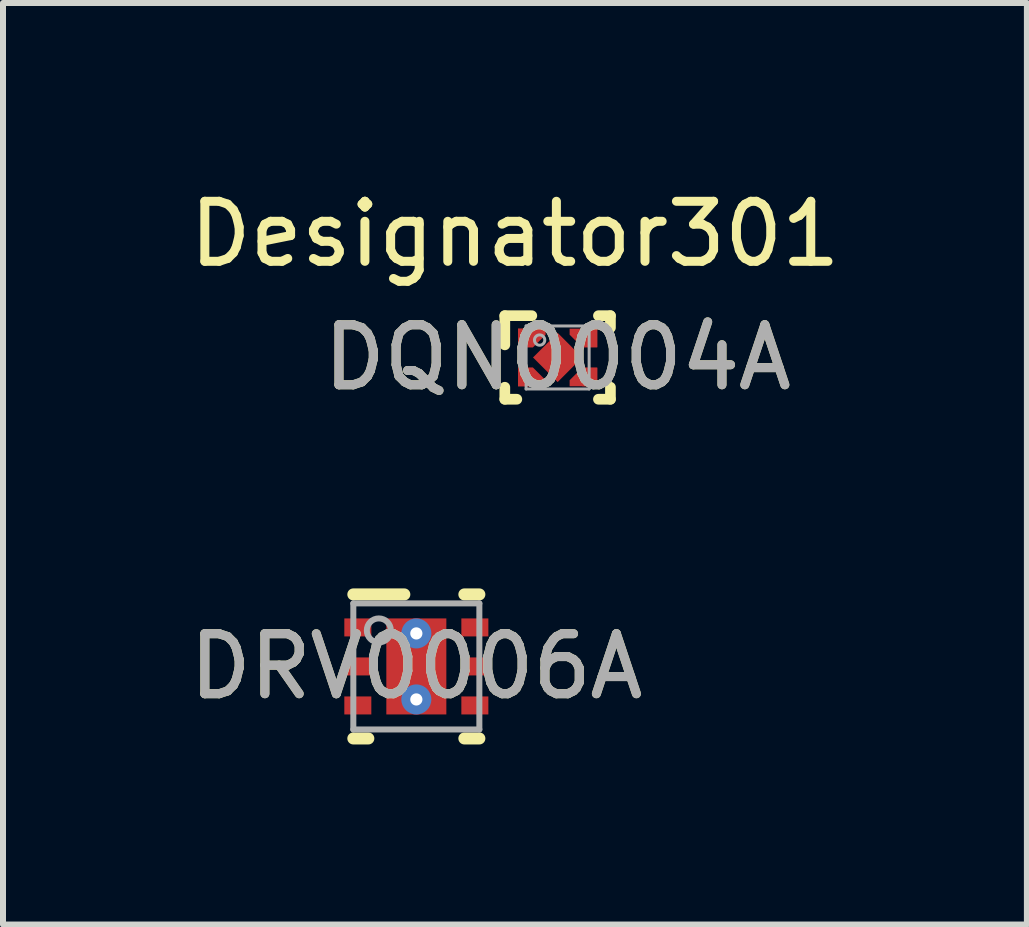
<source format=kicad_pcb>
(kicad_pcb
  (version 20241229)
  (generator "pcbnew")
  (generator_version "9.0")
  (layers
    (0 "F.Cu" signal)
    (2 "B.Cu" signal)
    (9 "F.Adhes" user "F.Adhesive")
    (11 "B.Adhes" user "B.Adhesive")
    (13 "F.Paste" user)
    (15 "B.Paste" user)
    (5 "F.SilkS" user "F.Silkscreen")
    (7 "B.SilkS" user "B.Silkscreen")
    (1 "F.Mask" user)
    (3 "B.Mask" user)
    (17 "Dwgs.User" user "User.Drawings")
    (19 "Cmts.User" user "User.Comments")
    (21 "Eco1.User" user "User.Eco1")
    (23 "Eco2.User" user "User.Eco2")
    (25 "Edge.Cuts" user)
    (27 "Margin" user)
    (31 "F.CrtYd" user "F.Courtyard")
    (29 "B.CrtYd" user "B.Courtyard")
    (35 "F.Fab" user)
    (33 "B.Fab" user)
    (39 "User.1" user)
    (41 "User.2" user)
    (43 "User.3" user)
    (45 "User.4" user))
  (footprint "DRV0006A"
    (layer "F.Cu")
    (at 3.887 8.054)
    (property "Reference" "DRV0006A" (at 0 0 0) (unlocked yes) (layer "F.SilkS") (effects (font (size 1 1) (thickness 0.15))))
    (attr smd)
    (fp_line (start -1.05 -1.2) (end -0.2 -1.2) (stroke (width 0.2) (type solid)) (layer "F.SilkS"))
    (fp_line (start -1.05 1.2) (end -0.8 1.2) (stroke (width 0.2) (type solid)) (layer "F.SilkS"))
    (fp_line (start 0.8 -1.2) (end 1.05 -1.2) (stroke (width 0.2) (type solid)) (layer "F.SilkS"))
    (fp_line (start 0.8 1.2) (end 1.05 1.2) (stroke (width 0.2) (type solid)) (layer "F.SilkS"))
    (fp_poly (pts (xy -0.5 -0.149) (xy -0.5 -0.751) (xy -0.499 -0.761) (xy -0.496 -0.77) (xy -0.492 -0.778) (xy -0.486 -0.786) (xy -0.478 -0.792) (xy -0.47 -0.796) (xy -0.461 -0.799) (xy -0.451 -0.8) (xy 0.451 -0.8) (xy 0.461 -0.799) (xy 0.47 -0.796) (xy 0.478 -0.792) (xy 0.486 -0.786) (xy 0.492 -0.778) (xy 0.496 -0.77) (xy 0.499 -0.761) (xy 0.5 -0.751) (xy 0.5 -0.149) (xy 0.499 -0.139) (xy 0.496 -0.13) (xy 0.492 -0.122) (xy 0.486 -0.114) (xy 0.478 -0.108) (xy 0.47 -0.104) (xy 0.461 -0.101) (xy 0.451 -0.1) (xy -0.451 -0.1) (xy -0.461 -0.101) (xy -0.47 -0.104) (xy -0.478 -0.108) (xy -0.486 -0.114) (xy -0.492 -0.122) (xy -0.496 -0.13) (xy -0.499 -0.139)) (stroke (width 0) (type solid)) (fill yes) (layer "F.Paste"))
    (fp_poly (pts (xy -0.5 0.751) (xy -0.5 0.149) (xy -0.499 0.139) (xy -0.496 0.13) (xy -0.492 0.122) (xy -0.486 0.114) (xy -0.478 0.108) (xy -0.47 0.104) (xy -0.461 0.101) (xy -0.451 0.1) (xy 0.451 0.1) (xy 0.461 0.101) (xy 0.47 0.104) (xy 0.478 0.108) (xy 0.486 0.114) (xy 0.492 0.122) (xy 0.496 0.13) (xy 0.499 0.139) (xy 0.5 0.149) (xy 0.5 0.751) (xy 0.499 0.761) (xy 0.496 0.77) (xy 0.492 0.778) (xy 0.486 0.786) (xy 0.478 0.792) (xy 0.47 0.796) (xy 0.461 0.799) (xy 0.451 0.8) (xy -0.451 0.8) (xy -0.461 0.799) (xy -0.47 0.796) (xy -0.478 0.792) (xy -0.486 0.786) (xy -0.492 0.778) (xy -0.496 0.77) (xy -0.499 0.761)) (stroke (width 0) (type solid)) (fill yes) (layer "F.Paste"))
    (fp_line (start -1.05 -1.05) (end 1.05 -1.05) (stroke (width 0.1) (type solid)) (layer "F.Fab"))
    (fp_line (start -1.05 1.05) (end -1.05 -1.05) (stroke (width 0.1) (type solid)) (layer "F.Fab"))
    (fp_line (start -1.05 1.05) (end 1.05 1.05) (stroke (width 0.1) (type solid)) (layer "F.Fab"))
    (fp_line (start 1.05 1.05) (end 1.05 -1.05) (stroke (width 0.1) (type solid)) (layer "F.Fab"))
    (fp_circle (center -0.625 -0.6) (end -0.425 -0.6) (stroke (width 0.1) (type solid)) (fill no) (layer "F.Fab"))
    (fp_text user "${REFERENCE}" (at 0 0 0) (unlocked yes) (layer "F.Fab") (effects (font (size 1 1) (thickness 0.15))))
    (pad "1" smd rect (at -0.975 -0.65 90) (size 0.3 0.45) (layers "F.Cu" "F.Mask" "F.Paste"))
    (pad "2" smd rect (at -0.975 0 90) (size 0.3 0.45) (layers "F.Cu" "F.Mask" "F.Paste"))
    (pad "3" smd rect (at -0.975 0.65 90) (size 0.3 0.45) (layers "F.Cu" "F.Mask" "F.Paste"))
    (pad "4" smd rect (at 0.975 0.65 90) (size 0.3 0.45) (layers "F.Cu" "F.Mask" "F.Paste"))
    (pad "5" smd rect (at 0.975 0 90) (size 0.3 0.45) (layers "F.Cu" "F.Mask" "F.Paste"))
    (pad "6" smd rect (at 0.975 -0.65 90) (size 0.3 0.45) (layers "F.Cu" "F.Mask" "F.Paste"))
    (pad "7" smd rect (at 0 0) (size 1 1.6) (layers "F.Cu" "F.Mask" "F.Paste"))
    (pad "V" thru_hole circle (at 0 -0.55) (size 0.5 0.5) (drill 0.203) (layers "*.Cu" "*.Mask"))
    (pad "V" thru_hole circle (at 0 0.55) (size 0.5 0.5) (drill 0.203) (layers "*.Cu" "*.Mask")))
  (footprint "DQN0004A"
    (layer "F.Cu")
    (at 6.241 2.906)
    (property "Reference" "DQN0004A" (at 0 0 0) (unlocked yes) (layer "F.SilkS") (effects (font (size 1 1) (thickness 0.15))))
    (attr smd)
    (fp_poly (pts (xy -0.66 -0.48) (xy -0.2 -0.48) (xy -0.2 -0.379) (xy -0.409 -0.17) (xy -0.66 -0.17)) (stroke (width 0) (type solid)) (fill yes) (layer "F.Cu"))
    (fp_poly (pts (xy -0.66 0.48) (xy -0.2 0.48) (xy -0.2 0.379) (xy -0.409 0.17) (xy -0.66 0.17)) (stroke (width 0) (type solid)) (fill yes) (layer "F.Cu"))
    (fp_poly (pts (xy 0.66 -0.48) (xy 0.2 -0.48) (xy 0.2 -0.379) (xy 0.409 -0.17) (xy 0.66 -0.17)) (stroke (width 0) (type solid)) (fill yes) (layer "F.Cu"))
    (fp_poly (pts (xy 0.66 0.48) (xy 0.2 0.48) (xy 0.2 0.379) (xy 0.409 0.17) (xy 0.66 0.17)) (stroke (width 0) (type solid)) (fill yes) (layer "F.Cu"))
    (fp_poly (pts (xy -0.61 -0.43) (xy -0.25 -0.43) (xy -0.25 -0.4) (xy -0.43 -0.22) (xy -0.61 -0.22)) (stroke (width 0) (type solid)) (fill yes) (layer "F.Mask"))
    (fp_poly (pts (xy -0.61 0.43) (xy -0.61 0.22) (xy -0.43 0.22) (xy -0.25 0.4) (xy -0.25 0.43)) (stroke (width 0) (type solid)) (fill yes) (layer "F.Mask"))
    (fp_poly (pts (xy 0.61 -0.43) (xy 0.61 -0.22) (xy 0.43 -0.22) (xy 0.25 -0.4) (xy 0.25 -0.43)) (stroke (width 0) (type solid)) (fill yes) (layer "F.Mask"))
    (fp_poly (pts (xy 0.61 0.43) (xy 0.25 0.43) (xy 0.25 0.4) (xy 0.43 0.22) (xy 0.61 0.22)) (stroke (width 0) (type solid)) (fill yes) (layer "F.Mask"))
    (fp_line (start -0.88 -0.696) (end -0.43 -0.696) (stroke (width 0.178) (type solid)) (layer "F.SilkS"))
    (fp_line (start -0.88 -0.21) (end -0.88 -0.696) (stroke (width 0.178) (type solid)) (layer "F.SilkS"))
    (fp_line (start -0.88 0.696) (end -0.88 0.496) (stroke (width 0.178) (type solid)) (layer "F.SilkS"))
    (fp_line (start -0.88 0.696) (end -0.68 0.696) (stroke (width 0.178) (type solid)) (layer "F.SilkS"))
    (fp_line (start 0.68 -0.696) (end 0.88 -0.696) (stroke (width 0.178) (type solid)) (layer "F.SilkS"))
    (fp_line (start 0.68 0.696) (end 0.88 0.696) (stroke (width 0.178) (type solid)) (layer "F.SilkS"))
    (fp_line (start 0.88 -0.496) (end 0.88 -0.696) (stroke (width 0.178) (type solid)) (layer "F.SilkS"))
    (fp_line (start 0.88 0.696) (end 0.88 0.496) (stroke (width 0.178) (type solid)) (layer "F.SilkS"))
    (fp_poly (pts (xy -0.65 -0.43) (xy -0.25 -0.43) (xy -0.25 -0.4) (xy -0.43 -0.22) (xy -0.65 -0.22)) (stroke (width 0) (type solid)) (fill yes) (layer "F.Paste"))
    (fp_poly (pts (xy -0.65 0.43) (xy -0.25 0.43) (xy -0.25 0.4) (xy -0.43 0.22) (xy -0.65 0.22)) (stroke (width 0) (type solid)) (fill yes) (layer "F.Paste"))
    (fp_poly (pts (xy 0.65 -0.43) (xy 0.25 -0.43) (xy 0.25 -0.4) (xy 0.43 -0.22) (xy 0.65 -0.22)) (stroke (width 0) (type solid)) (fill yes) (layer "F.Paste"))
    (fp_poly (pts (xy 0.65 0.43) (xy 0.25 0.43) (xy 0.25 0.4) (xy 0.43 0.22) (xy 0.65 0.22)) (stroke (width 0) (type solid)) (fill yes) (layer "F.Paste"))
    (fp_line (start -0.525 -0.525) (end 0.525 -0.525) (stroke (width 0.05) (type solid)) (layer "F.Fab"))
    (fp_line (start -0.525 0.525) (end -0.525 -0.525) (stroke (width 0.05) (type solid)) (layer "F.Fab"))
    (fp_line (start -0.525 0.525) (end 0.525 0.525) (stroke (width 0.05) (type solid)) (layer "F.Fab"))
    (fp_line (start 0.525 0.525) (end 0.525 -0.525) (stroke (width 0.05) (type solid)) (layer "F.Fab"))
    (fp_circle (center -0.3 -0.29) (end -0.214 -0.29) (stroke (width 0.05) (type solid)) (fill no) (layer "F.Fab"))
    (fp_text user "Designator301" (at -0.711 -2.057 0) (unlocked yes) (layer "F.SilkS") (effects (font (size 1 1) (thickness 0.15))))
    (fp_text user "${REFERENCE}" (at 0 0 0) (unlocked yes) (layer "F.Fab") (effects (font (size 1 1) (thickness 0.15))))
    (pad "1" smd rect (at -0.535 -0.325) (size 0.25 0.31) (layers "F.Cu"))
    (pad "2" smd rect (at -0.535 0.325) (size 0.25 0.31) (layers "F.Cu"))
    (pad "3" smd rect (at 0.535 0.325) (size 0.25 0.31) (layers "F.Cu"))
    (pad "4" smd rect (at 0.535 -0.325) (size 0.25 0.31) (layers "F.Cu"))
    (pad "5" smd rect (at 0 0 45) (size 0.58 0.58) (layers "F.Cu" "F.Mask" "F.Paste")))
  (gr_rect
    (start -3 -3)
    (end 14.06 12.354)
    (stroke (width 0.1) (type default))
    (fill no)
    (layer "Edge.Cuts")))
</source>
